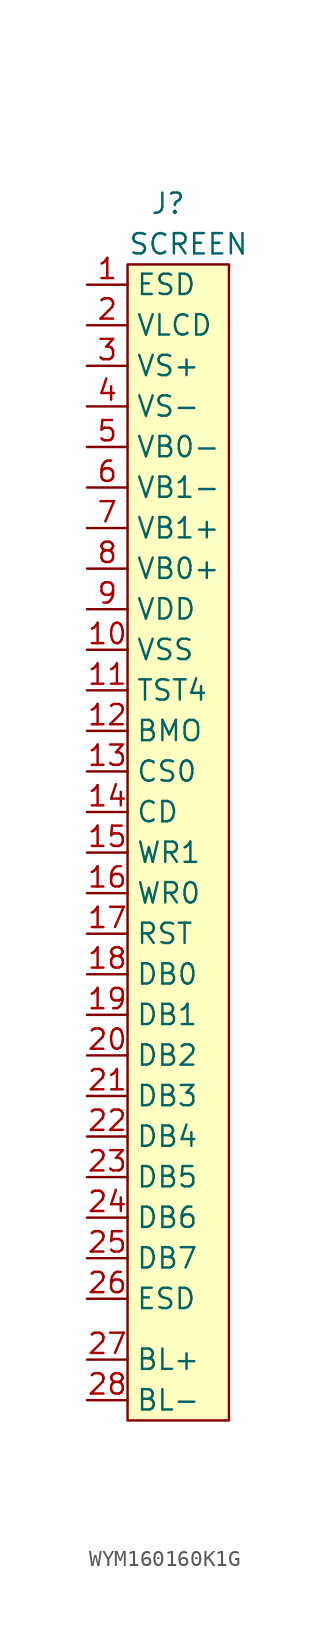
<source format=kicad_sym>
(kicad_symbol_lib
  (version 20231120)
  (generator "kicad_symbol_editor")
  (generator_version "8.0")
  (symbol "WYM160160K1G"
    (property "Reference" "J"
      (at 0 40.64 0)
      (effects (font (size 1.27 1.27))))
    (property "Value" "SCREEN"
      (at 1.27 38.1 0)
      (effects (font (size 1.27 1.27))))
    (symbol "WYM160160K1G_0_1"
      (rectangle (start -2.54 36.83) (end 3.81 -35.56) (stroke (width 0) (type default)) (fill (type background))))
    (symbol "WYM160160K1G_1_1"
      (pin passive line (at -5.08 35.56 0) (length 2.54) (name "ESD" (effects (font (size 1.27 1.27)))) (number "1" (effects (font (size 1.27 1.27)))))
      (pin power_in line (at -5.08 12.7 0) (length 2.54) (name "VSS" (effects (font (size 1.27 1.27)))) (number "10" (effects (font (size 1.27 1.27)))))
      (pin passive line (at -5.08 10.16 0) (length 2.54) (name "TST4" (effects (font (size 1.27 1.27)))) (number "11" (effects (font (size 1.27 1.27)))))
      (pin passive line (at -5.08 7.62 0) (length 2.54) (name "BMO" (effects (font (size 1.27 1.27)))) (number "12" (effects (font (size 1.27 1.27)))))
      (pin passive line (at -5.08 5.08 0) (length 2.54) (name "CS0" (effects (font (size 1.27 1.27)))) (number "13" (effects (font (size 1.27 1.27)))))
      (pin passive line (at -5.08 2.54 0) (length 2.54) (name "CD" (effects (font (size 1.27 1.27)))) (number "14" (effects (font (size 1.27 1.27)))))
      (pin passive line (at -5.08 0 0) (length 2.54) (name "WR1" (effects (font (size 1.27 1.27)))) (number "15" (effects (font (size 1.27 1.27)))))
      (pin passive line (at -5.08 -2.54 0) (length 2.54) (name "WR0" (effects (font (size 1.27 1.27)))) (number "16" (effects (font (size 1.27 1.27)))))
      (pin passive line (at -5.08 -5.08 0) (length 2.54) (name "RST" (effects (font (size 1.27 1.27)))) (number "17" (effects (font (size 1.27 1.27)))))
      (pin input line (at -5.08 -7.62 0) (length 2.54) (name "DB0" (effects (font (size 1.27 1.27)))) (number "18" (effects (font (size 1.27 1.27)))))
      (pin input line (at -5.08 -10.16 0) (length 2.54) (name "DB1" (effects (font (size 1.27 1.27)))) (number "19" (effects (font (size 1.27 1.27)))))
      (pin passive line (at -5.08 33.02 0) (length 2.54) (name "VLCD" (effects (font (size 1.27 1.27)))) (number "2" (effects (font (size 1.27 1.27)))))
      (pin input line (at -5.08 -12.7 0) (length 2.54) (name "DB2" (effects (font (size 1.27 1.27)))) (number "20" (effects (font (size 1.27 1.27)))))
      (pin input line (at -5.08 -15.24 0) (length 2.54) (name "DB3" (effects (font (size 1.27 1.27)))) (number "21" (effects (font (size 1.27 1.27)))))
      (pin input line (at -5.08 -17.78 0) (length 2.54) (name "DB4" (effects (font (size 1.27 1.27)))) (number "22" (effects (font (size 1.27 1.27)))))
      (pin input line (at -5.08 -20.32 0) (length 2.54) (name "DB5" (effects (font (size 1.27 1.27)))) (number "23" (effects (font (size 1.27 1.27)))))
      (pin input line (at -5.08 -22.86 0) (length 2.54) (name "DB6" (effects (font (size 1.27 1.27)))) (number "24" (effects (font (size 1.27 1.27)))))
      (pin input line (at -5.08 -25.4 0) (length 2.54) (name "DB7" (effects (font (size 1.27 1.27)))) (number "25" (effects (font (size 1.27 1.27)))))
      (pin passive line (at -5.08 -27.94 0) (length 2.54) (name "ESD" (effects (font (size 1.27 1.27)))) (number "26" (effects (font (size 1.27 1.27)))))
      (pin input line (at -5.08 -31.75 0) (length 2.54) (name "BL+" (effects (font (size 1.27 1.27)))) (number "27" (effects (font (size 1.27 1.27)))))
      (pin input line (at -5.08 -34.29 0) (length 2.54) (name "BL-" (effects (font (size 1.27 1.27)))) (number "28" (effects (font (size 1.27 1.27)))))
      (pin passive line (at -5.08 30.48 0) (length 2.54) (name "VS+" (effects (font (size 1.27 1.27)))) (number "3" (effects (font (size 1.27 1.27)))))
      (pin passive line (at -5.08 27.94 0) (length 2.54) (name "VS-" (effects (font (size 1.27 1.27)))) (number "4" (effects (font (size 1.27 1.27)))))
      (pin passive line (at -5.08 25.4 0) (length 2.54) (name "VB0-" (effects (font (size 1.27 1.27)))) (number "5" (effects (font (size 1.27 1.27)))))
      (pin passive line (at -5.08 22.86 0) (length 2.54) (name "VB1-" (effects (font (size 1.27 1.27)))) (number "6" (effects (font (size 1.27 1.27)))))
      (pin passive line (at -5.08 20.32 0) (length 2.54) (name "VB1+" (effects (font (size 1.27 1.27)))) (number "7" (effects (font (size 1.27 1.27)))))
      (pin passive line (at -5.08 17.78 0) (length 2.54) (name "VB0+" (effects (font (size 1.27 1.27)))) (number "8" (effects (font (size 1.27 1.27)))))
      (pin power_in line (at -5.08 15.24 0) (length 2.54) (name "VDD" (effects (font (size 1.27 1.27)))) (number "9" (effects (font (size 1.27 1.27))))))))
</source>
